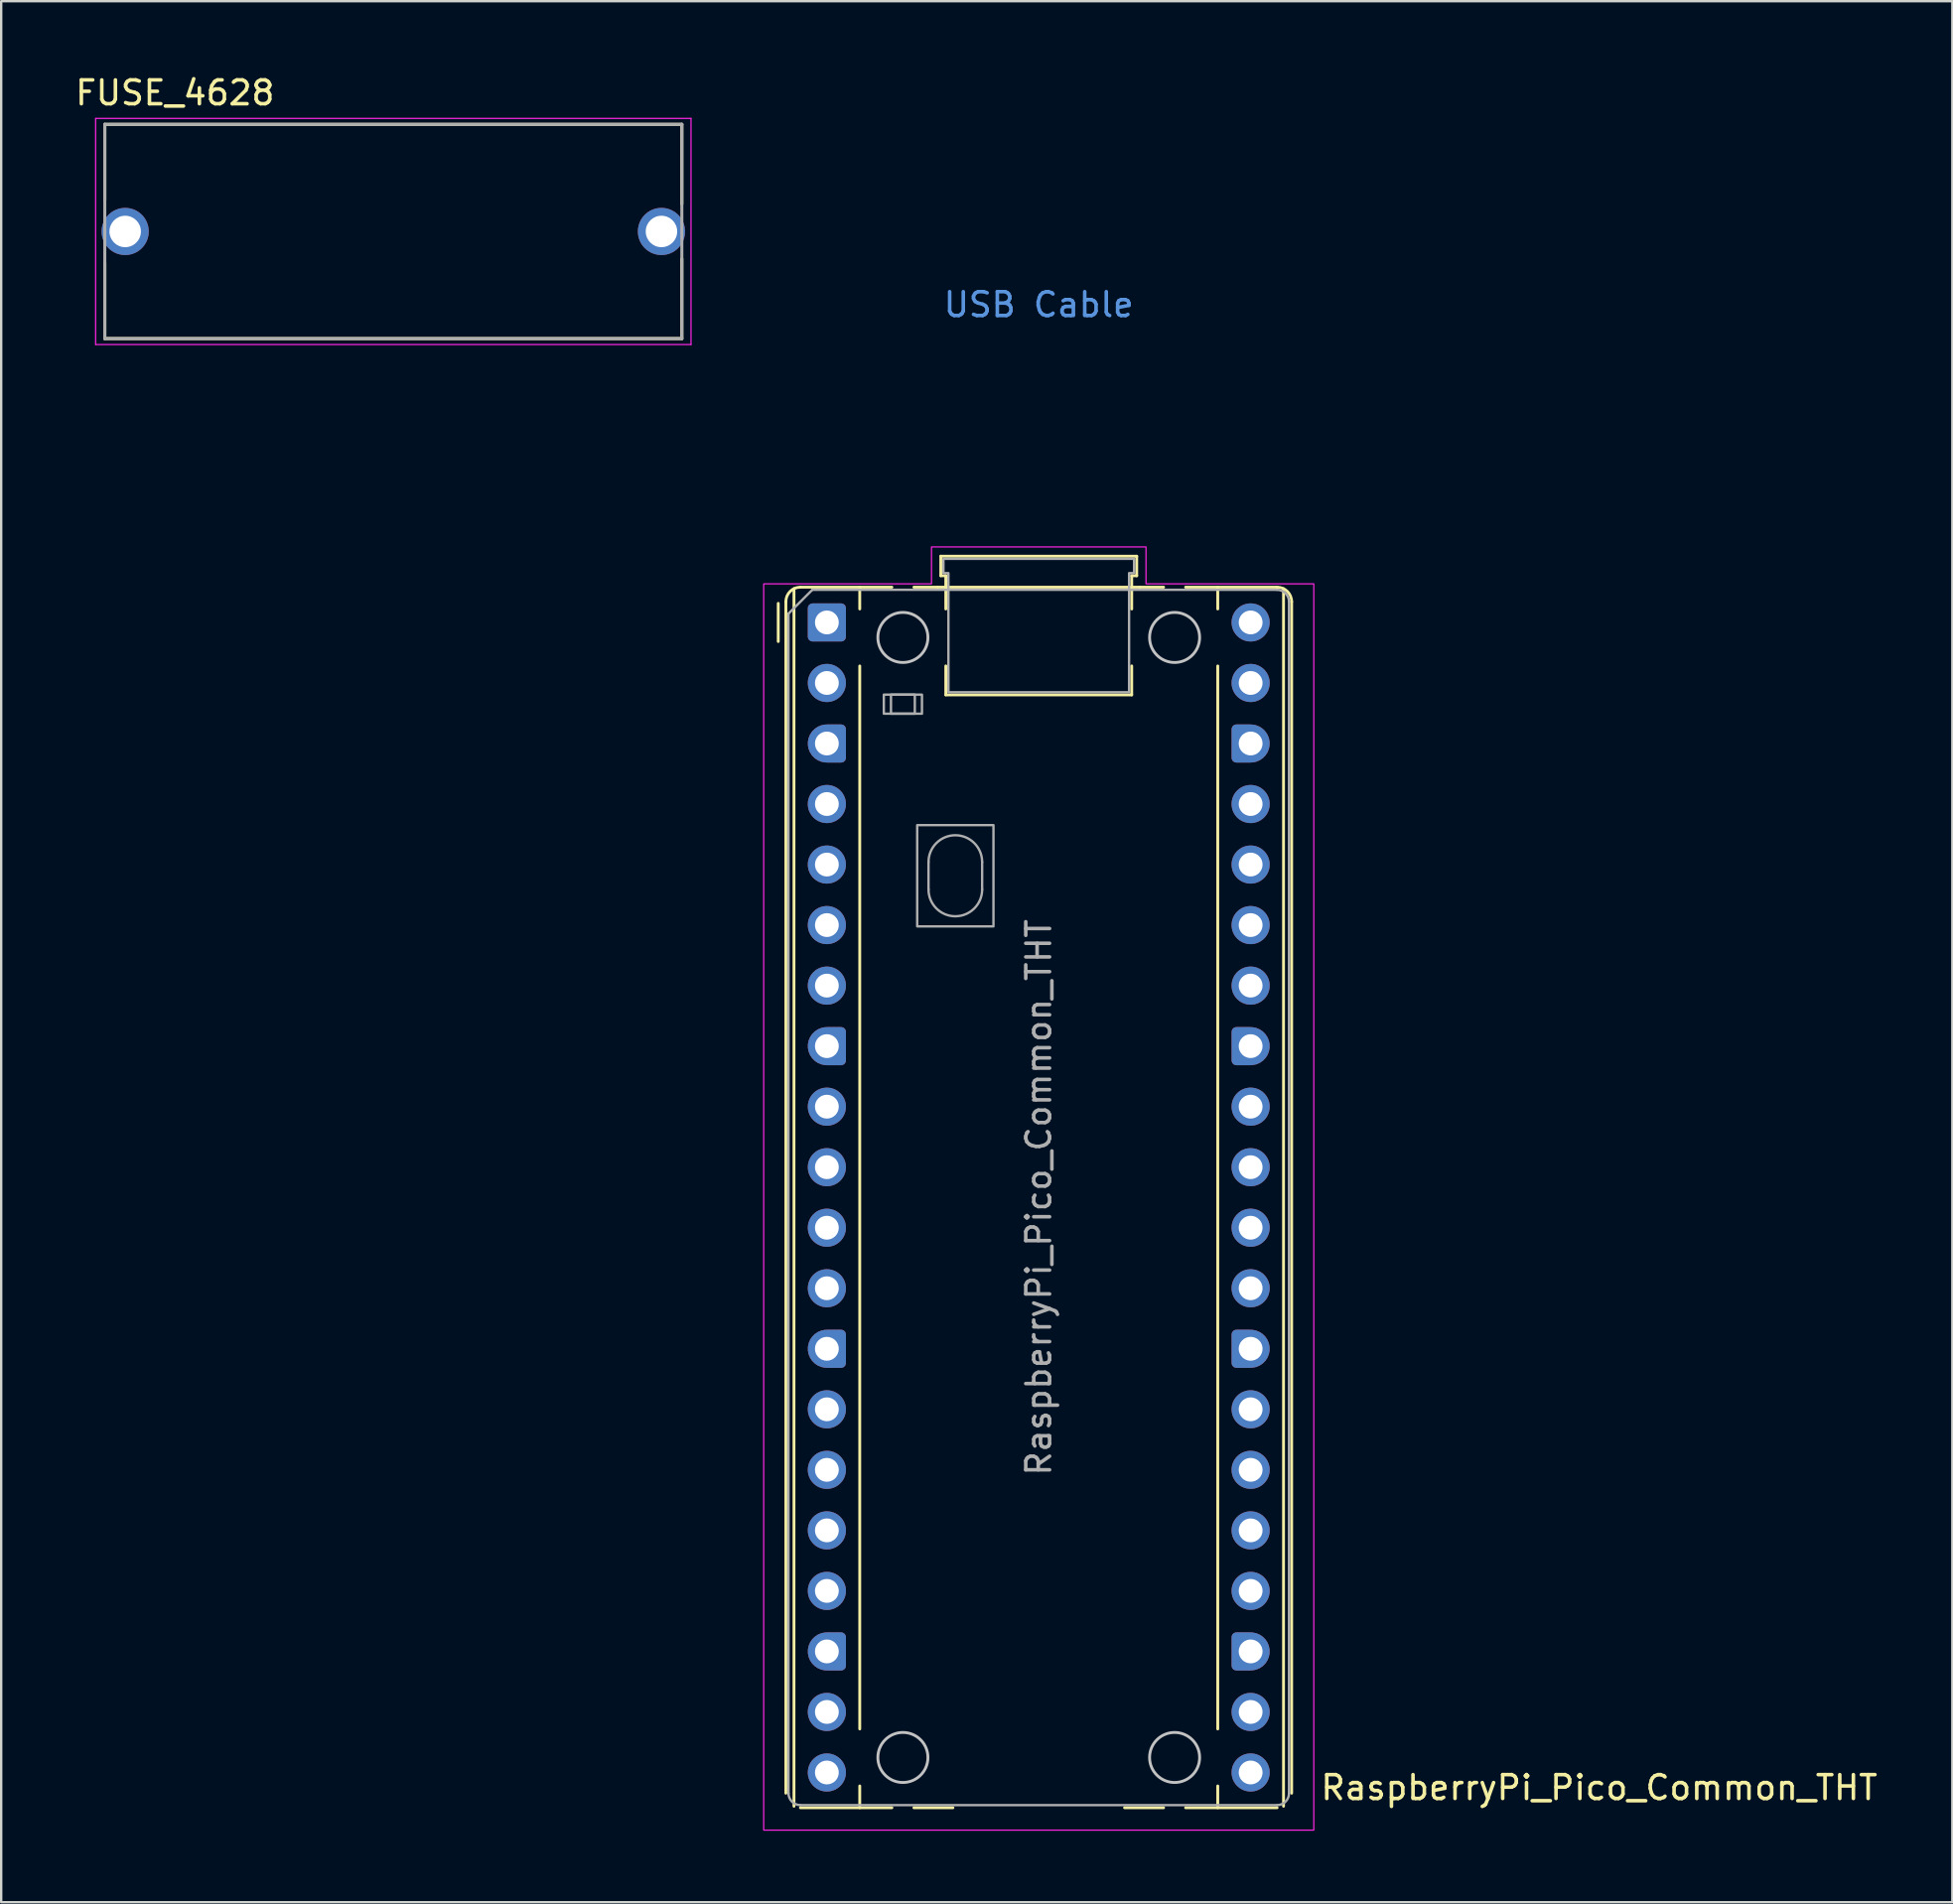
<source format=kicad_pcb>
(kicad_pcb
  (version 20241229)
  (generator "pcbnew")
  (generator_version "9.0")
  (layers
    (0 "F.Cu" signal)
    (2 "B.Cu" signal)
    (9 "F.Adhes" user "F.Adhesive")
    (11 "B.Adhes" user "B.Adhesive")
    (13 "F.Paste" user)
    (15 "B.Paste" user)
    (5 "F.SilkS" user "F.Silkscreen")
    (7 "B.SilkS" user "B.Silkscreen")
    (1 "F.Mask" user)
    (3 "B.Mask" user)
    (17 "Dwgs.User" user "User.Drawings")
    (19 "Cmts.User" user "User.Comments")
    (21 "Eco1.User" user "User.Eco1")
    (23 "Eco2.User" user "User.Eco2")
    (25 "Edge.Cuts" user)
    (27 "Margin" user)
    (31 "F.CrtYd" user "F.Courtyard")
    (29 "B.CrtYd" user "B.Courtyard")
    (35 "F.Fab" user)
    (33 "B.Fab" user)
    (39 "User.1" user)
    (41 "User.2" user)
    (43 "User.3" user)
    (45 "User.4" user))
  (footprint "RaspberryPi_Pico_Common_THT"
    (layer "F.Cu")
    (at 31.642 23.07)
    (property "Reference" "RaspberryPi_Pico_Common_THT" (at 20.637 48.895 0) (unlocked yes) (layer "F.SilkS") (effects (font (size 1 1) (thickness 0.15)) (justify left)))
    (attr through_hole)
    (fp_line (start -2.04 0.8) (end -2.04 -0.8) (stroke (width 0.12) (type solid)) (layer "F.SilkS"))
    (fp_line (start -1.72 -0.87) (end -1.72 49.13) (stroke (width 0.12) (type solid)) (layer "F.SilkS"))
    (fp_line (start -1.38 -1.417) (end -1.38 49.677) (stroke (width 0.12) (type solid)) (layer "F.SilkS"))
    (fp_line (start -1.11 -1.48) (end 1.38 -1.48) (stroke (width 0.12) (type solid)) (layer "F.SilkS"))
    (fp_line (start -1.11 49.74) (end 2.728 49.74) (stroke (width 0.12) (type solid)) (layer "F.SilkS"))
    (fp_line (start 1.38 -1.48) (end 1.38 -0.566) (stroke (width 0.12) (type solid)) (layer "F.SilkS"))
    (fp_line (start 1.38 -1.48) (end 2.728 -1.48) (stroke (width 0.12) (type solid)) (layer "F.SilkS"))
    (fp_line (start 1.38 1.826) (end 1.38 46.434) (stroke (width 0.12) (type solid)) (layer "F.SilkS"))
    (fp_line (start 1.38 48.826) (end 1.38 49.74) (stroke (width 0.12) (type solid)) (layer "F.SilkS"))
    (fp_line (start 3.652 -1.48) (end 4.655 -1.48) (stroke (width 0.12) (type solid)) (layer "F.SilkS"))
    (fp_line (start 4.655 -1.48) (end 13.125 -1.48) (stroke (width 0.12) (type solid)) (layer "F.SilkS"))
    (fp_line (start 4.78 -2.78) (end 4.78 -1.96) (stroke (width 0.12) (type solid)) (layer "F.SilkS"))
    (fp_line (start 4.78 -2.78) (end 13 -2.78) (stroke (width 0.12) (type solid)) (layer "F.SilkS"))
    (fp_line (start 4.78 -1.96) (end 4.99 -1.96) (stroke (width 0.12) (type solid)) (layer "F.SilkS"))
    (fp_line (start 4.99 -1.96) (end 4.99 -0.564) (stroke (width 0.12) (type solid)) (layer "F.SilkS"))
    (fp_line (start 4.99 1.824) (end 4.99 3.04) (stroke (width 0.12) (type solid)) (layer "F.SilkS"))
    (fp_line (start 5.29 49.74) (end 3.652 49.74) (stroke (width 0.12) (type solid)) (layer "F.SilkS"))
    (fp_line (start 12.79 -1.96) (end 12.79 -0.564) (stroke (width 0.12) (type solid)) (layer "F.SilkS"))
    (fp_line (start 12.79 1.824) (end 12.79 3.04) (stroke (width 0.12) (type solid)) (layer "F.SilkS"))
    (fp_line (start 12.79 3.04) (end 4.99 3.04) (stroke (width 0.12) (type solid)) (layer "F.SilkS"))
    (fp_line (start 13 -2.78) (end 13 -1.96) (stroke (width 0.12) (type solid)) (layer "F.SilkS"))
    (fp_line (start 13 -1.96) (end 12.79 -1.96) (stroke (width 0.12) (type solid)) (layer "F.SilkS"))
    (fp_line (start 13.125 -1.48) (end 14.128 -1.48) (stroke (width 0.12) (type solid)) (layer "F.SilkS"))
    (fp_line (start 14.128 49.74) (end 12.49 49.74) (stroke (width 0.12) (type solid)) (layer "F.SilkS"))
    (fp_line (start 15.052 -1.48) (end 16.4 -1.48) (stroke (width 0.12) (type solid)) (layer "F.SilkS"))
    (fp_line (start 15.052 49.74) (end 18.89 49.74) (stroke (width 0.12) (type solid)) (layer "F.SilkS"))
    (fp_line (start 16.4 -1.48) (end 16.4 -0.566) (stroke (width 0.12) (type solid)) (layer "F.SilkS"))
    (fp_line (start 16.4 1.826) (end 16.4 46.434) (stroke (width 0.12) (type solid)) (layer "F.SilkS"))
    (fp_line (start 16.4 48.826) (end 16.4 49.74) (stroke (width 0.12) (type solid)) (layer "F.SilkS"))
    (fp_line (start 18.89 -1.48) (end 16.4 -1.48) (stroke (width 0.12) (type solid)) (layer "F.SilkS"))
    (fp_line (start 19.16 49.677) (end 19.16 -1.417) (stroke (width 0.12) (type solid)) (layer "F.SilkS"))
    (fp_line (start 19.5 -0.87) (end 19.5 49.13) (stroke (width 0.12) (type solid)) (layer "F.SilkS"))
    (fp_arc (start -1.72 -0.87) (mid -1.541335 -1.301335) (end -1.11 -1.48) (stroke (width 0.12) (type solid)) (layer "F.SilkS"))
    (fp_arc (start 18.89 -1.48) (mid 19.321335 -1.301335) (end 19.5 -0.87) (stroke (width 0.12) (type solid)) (layer "F.SilkS"))
    (fp_circle (center 3.19 0.63) (end 4.24 0.63) (stroke (width 0.12) (type solid)) (fill no) (layer "Dwgs.User"))
    (fp_circle (center 3.19 47.63) (end 4.24 47.63) (stroke (width 0.12) (type solid)) (fill no) (layer "Dwgs.User"))
    (fp_circle (center 14.59 0.63) (end 15.64 0.63) (stroke (width 0.12) (type solid)) (fill no) (layer "Dwgs.User"))
    (fp_circle (center 14.59 47.63) (end 15.64 47.63) (stroke (width 0.12) (type solid)) (fill no) (layer "Dwgs.User"))
    (fp_poly (pts (xy 4.39 -3.17) (xy 13.39 -3.17) (xy 13.39 -1.62) (xy 20.43 -1.62) (xy 20.43 50.68) (xy -2.65 50.68) (xy -2.65 -1.62) (xy 4.39 -1.62)) (stroke (width 0.05) (type solid)) (fill no) (layer "F.CrtYd"))
    (fp_line (start -1.61 -0.37) (end -0.61 -1.37) (stroke (width 0.1) (type solid)) (layer "F.Fab"))
    (fp_line (start -1.61 49.13) (end -1.61 -0.37) (stroke (width 0.1) (type solid)) (layer "F.Fab"))
    (fp_line (start -0.61 -1.37) (end 18.89 -1.37) (stroke (width 0.1) (type solid)) (layer "F.Fab"))
    (fp_line (start 4.265 10.055) (end 4.265 11.205) (stroke (width 0.1) (type solid)) (layer "F.Fab"))
    (fp_line (start 6.515 10.055) (end 6.515 11.205) (stroke (width 0.1) (type solid)) (layer "F.Fab"))
    (fp_line (start 18.89 49.63) (end -1.11 49.63) (stroke (width 0.1) (type solid)) (layer "F.Fab"))
    (fp_line (start 19.39 -0.87) (end 19.39 49.13) (stroke (width 0.1) (type solid)) (layer "F.Fab"))
    (fp_rect (start 2.39 3.03) (end 3.99 3.83) (stroke (width 0.1) (type solid)) (fill no) (layer "F.Fab"))
    (fp_rect (start 2.69 3.03) (end 3.69 3.83) (stroke (width 0.1) (type solid)) (fill no) (layer "F.Fab"))
    (fp_rect (start 3.79 8.505) (end 6.99 12.755) (stroke (width 0.1) (type solid)) (fill no) (layer "F.Fab"))
    (fp_arc (start -1.11 49.63) (mid -1.463553 49.483553) (end -1.61 49.13) (stroke (width 0.1) (type solid)) (layer "F.Fab"))
    (fp_arc (start 4.265 10.055) (mid 5.39 8.93) (end 6.515 10.055) (stroke (width 0.1) (type solid)) (layer "F.Fab"))
    (fp_arc (start 6.515 11.205) (mid 5.39 12.33) (end 4.265 11.205) (stroke (width 0.1) (type solid)) (layer "F.Fab"))
    (fp_arc (start 18.89 -1.37) (mid 19.243553 -1.223553) (end 19.39 -0.87) (stroke (width 0.1) (type solid)) (layer "F.Fab"))
    (fp_arc (start 19.39 49.13) (mid 19.243553 49.483553) (end 18.89 49.63) (stroke (width 0.1) (type solid)) (layer "F.Fab"))
    (fp_poly (pts (xy 12.68 2.93) (xy 12.68 -2.07) (xy 12.89 -2.07) (xy 12.89 -2.67) (xy 4.89 -2.67) (xy 4.89 -2.07) (xy 5.1 -2.07) (xy 5.1 2.93)) (stroke (width 0.1) (type solid)) (fill no) (layer "F.Fab"))
    (fp_text user "USB Cable" (at 8.89 -13.335 0) (unlocked yes) (layer "Cmts.User") (effects (font (size 1 1) (thickness 0.15))))
    (fp_text user "${REFERENCE}" (at 8.89 24.13 90) (layer "F.Fab") (effects (font (size 1 1) (thickness 0.15))))
    (pad "1" thru_hole roundrect (at 0 0) (size 1.6 1.6) (drill 1) (layers "*.Cu" "*.Mask") (roundrect_rratio 0.125))
    (pad "2" thru_hole circle (at 0 2.54) (size 1.6 1.6) (drill 1) (layers "*.Cu" "*.Mask"))
    (pad "3" thru_hole custom (at 0 5.08) (size 1.6 1.6) (drill 1) (layers "*.Cu" "*.Mask") (options (anchor circle)) (primitives (gr_poly (pts (xy 0.8 0.6) (xy 0.8 -0.6) (xy 0.6 -0.8) (xy 0 -0.8) (xy 0 0.8) (xy 0.6 0.8)) (width 0) (fill yes)) (gr_circle (center 0.6 0.6) (end 0.8 0.6) (width 0) (fill yes)) (gr_circle (center 0.6 -0.6) (end 0.8 -0.6) (width 0) (fill yes))))
    (pad "4" thru_hole circle (at 0 7.62) (size 1.6 1.6) (drill 1) (layers "*.Cu" "*.Mask"))
    (pad "5" thru_hole circle (at 0 10.16) (size 1.6 1.6) (drill 1) (layers "*.Cu" "*.Mask"))
    (pad "6" thru_hole circle (at 0 12.7) (size 1.6 1.6) (drill 1) (layers "*.Cu" "*.Mask"))
    (pad "7" thru_hole circle (at 0 15.24) (size 1.6 1.6) (drill 1) (layers "*.Cu" "*.Mask"))
    (pad "8" thru_hole custom (at 0 17.78) (size 1.6 1.6) (drill 1) (layers "*.Cu" "*.Mask") (options (anchor circle)) (primitives (gr_poly (pts (xy 0.8 0.6) (xy 0.8 -0.6) (xy 0.6 -0.8) (xy 0 -0.8) (xy 0 0.8) (xy 0.6 0.8)) (width 0) (fill yes)) (gr_circle (center 0.6 0.6) (end 0.8 0.6) (width 0) (fill yes)) (gr_circle (center 0.6 -0.6) (end 0.8 -0.6) (width 0) (fill yes))))
    (pad "9" thru_hole circle (at 0 20.32) (size 1.6 1.6) (drill 1) (layers "*.Cu" "*.Mask"))
    (pad "10" thru_hole circle (at 0 22.86) (size 1.6 1.6) (drill 1) (layers "*.Cu" "*.Mask"))
    (pad "11" thru_hole circle (at 0 25.4) (size 1.6 1.6) (drill 1) (layers "*.Cu" "*.Mask"))
    (pad "12" thru_hole circle (at 0 27.94) (size 1.6 1.6) (drill 1) (layers "*.Cu" "*.Mask"))
    (pad "13" thru_hole custom (at 0 30.48) (size 1.6 1.6) (drill 1) (layers "*.Cu" "*.Mask") (options (anchor circle)) (primitives (gr_poly (pts (xy 0.8 0.6) (xy 0.8 -0.6) (xy 0.6 -0.8) (xy 0 -0.8) (xy 0 0.8) (xy 0.6 0.8)) (width 0) (fill yes)) (gr_circle (center 0.6 0.6) (end 0.8 0.6) (width 0) (fill yes)) (gr_circle (center 0.6 -0.6) (end 0.8 -0.6) (width 0) (fill yes))))
    (pad "14" thru_hole circle (at 0 33.02) (size 1.6 1.6) (drill 1) (layers "*.Cu" "*.Mask"))
    (pad "15" thru_hole circle (at 0 35.56) (size 1.6 1.6) (drill 1) (layers "*.Cu" "*.Mask"))
    (pad "16" thru_hole circle (at 0 38.1) (size 1.6 1.6) (drill 1) (layers "*.Cu" "*.Mask"))
    (pad "17" thru_hole circle (at 0 40.64) (size 1.6 1.6) (drill 1) (layers "*.Cu" "*.Mask"))
    (pad "18" thru_hole custom (at 0 43.18) (size 1.6 1.6) (drill 1) (layers "*.Cu" "*.Mask") (options (anchor circle)) (primitives (gr_poly (pts (xy 0.8 0.6) (xy 0.8 -0.6) (xy 0.6 -0.8) (xy 0 -0.8) (xy 0 0.8) (xy 0.6 0.8)) (width 0) (fill yes)) (gr_circle (center 0.6 0.6) (end 0.8 0.6) (width 0) (fill yes)) (gr_circle (center 0.6 -0.6) (end 0.8 -0.6) (width 0) (fill yes))))
    (pad "19" thru_hole circle (at 0 45.72) (size 1.6 1.6) (drill 1) (layers "*.Cu" "*.Mask"))
    (pad "20" thru_hole circle (at 0 48.26) (size 1.6 1.6) (drill 1) (layers "*.Cu" "*.Mask"))
    (pad "21" thru_hole circle (at 17.78 48.26) (size 1.6 1.6) (drill 1) (layers "*.Cu" "*.Mask"))
    (pad "22" thru_hole circle (at 17.78 45.72) (size 1.6 1.6) (drill 1) (layers "*.Cu" "*.Mask"))
    (pad "23" thru_hole custom (at 17.78 43.18) (size 1.6 1.6) (drill 1) (layers "*.Cu" "*.Mask") (options (anchor circle)) (primitives (gr_poly (pts (xy -0.8 0.6) (xy -0.8 -0.6) (xy -0.6 -0.8) (xy 0 -0.8) (xy 0 0.8) (xy -0.6 0.8)) (width 0) (fill yes)) (gr_circle (center -0.6 0.6) (end -0.4 0.6) (width 0) (fill yes)) (gr_circle (center -0.6 -0.6) (end -0.4 -0.6) (width 0) (fill yes))))
    (pad "24" thru_hole circle (at 17.78 40.64) (size 1.6 1.6) (drill 1) (layers "*.Cu" "*.Mask"))
    (pad "25" thru_hole circle (at 17.78 38.1) (size 1.6 1.6) (drill 1) (layers "*.Cu" "*.Mask"))
    (pad "26" thru_hole circle (at 17.78 35.56) (size 1.6 1.6) (drill 1) (layers "*.Cu" "*.Mask"))
    (pad "27" thru_hole circle (at 17.78 33.02) (size 1.6 1.6) (drill 1) (layers "*.Cu" "*.Mask"))
    (pad "28" thru_hole custom (at 17.78 30.48) (size 1.6 1.6) (drill 1) (layers "*.Cu" "*.Mask") (options (anchor circle)) (primitives (gr_poly (pts (xy -0.8 0.6) (xy -0.8 -0.6) (xy -0.6 -0.8) (xy 0 -0.8) (xy 0 0.8) (xy -0.6 0.8)) (width 0) (fill yes)) (gr_circle (center -0.6 0.6) (end -0.4 0.6) (width 0) (fill yes)) (gr_circle (center -0.6 -0.6) (end -0.4 -0.6) (width 0) (fill yes))))
    (pad "29" thru_hole circle (at 17.78 27.94) (size 1.6 1.6) (drill 1) (layers "*.Cu" "*.Mask"))
    (pad "30" thru_hole circle (at 17.78 25.4) (size 1.6 1.6) (drill 1) (layers "*.Cu" "*.Mask"))
    (pad "31" thru_hole circle (at 17.78 22.86) (size 1.6 1.6) (drill 1) (layers "*.Cu" "*.Mask"))
    (pad "32" thru_hole circle (at 17.78 20.32) (size 1.6 1.6) (drill 1) (layers "*.Cu" "*.Mask"))
    (pad "33" thru_hole custom (at 17.78 17.78) (size 1.6 1.6) (drill 1) (layers "*.Cu" "*.Mask") (options (anchor circle)) (primitives (gr_poly (pts (xy -0.8 0.6) (xy -0.8 -0.6) (xy -0.6 -0.8) (xy 0 -0.8) (xy 0 0.8) (xy -0.6 0.8)) (width 0) (fill yes)) (gr_circle (center -0.6 0.6) (end -0.4 0.6) (width 0) (fill yes)) (gr_circle (center -0.6 -0.6) (end -0.4 -0.6) (width 0) (fill yes))))
    (pad "34" thru_hole circle (at 17.78 15.24) (size 1.6 1.6) (drill 1) (layers "*.Cu" "*.Mask"))
    (pad "35" thru_hole circle (at 17.78 12.7) (size 1.6 1.6) (drill 1) (layers "*.Cu" "*.Mask"))
    (pad "36" thru_hole circle (at 17.78 10.16) (size 1.6 1.6) (drill 1) (layers "*.Cu" "*.Mask"))
    (pad "37" thru_hole circle (at 17.78 7.62) (size 1.6 1.6) (drill 1) (layers "*.Cu" "*.Mask"))
    (pad "38" thru_hole custom (at 17.78 5.08) (size 1.6 1.6) (drill 1) (layers "*.Cu" "*.Mask") (options (anchor circle)) (primitives (gr_poly (pts (xy -0.8 0.6) (xy -0.8 -0.6) (xy -0.6 -0.8) (xy 0 -0.8) (xy 0 0.8) (xy -0.6 0.8)) (width 0) (fill yes)) (gr_circle (center -0.6 0.6) (end -0.4 0.6) (width 0) (fill yes)) (gr_circle (center -0.6 -0.6) (end -0.4 -0.6) (width 0) (fill yes))))
    (pad "39" thru_hole circle (at 17.78 2.54) (size 1.6 1.6) (drill 1) (layers "*.Cu" "*.Mask"))
    (pad "40" thru_hole circle (at 17.78 0) (size 1.6 1.6) (drill 1) (layers "*.Cu" "*.Mask"))
    (zone (net_name "") (layer "F.CrtYd") (name "USB Cable") (hatch edge 0.5) (connect_pads) (min_thickness 0.254) (filled_areas_thickness no) (keepout (tracks allowed) (vias allowed) (pads allowed) (copperpour allowed) (footprints allowed)) (placement (enabled no)) (fill) (polygon (pts (xy 34.782 19.5) (xy 36.592 19.5) (xy 36.592 19.9) (xy 44.472 19.9) (xy 44.472 19.5) (xy 46.282 19.5) (xy 46.282 0) (xy 34.782 0)))))
  (footprint "FUSE_4628"
    (layer "F.Cu")
    (at 13.452 6.663)
    (property "Reference" "FUSE_4628" (at -9.16 -5.815 0) (layer "F.SilkS") (effects (font (size 1 1) (thickness 0.15))))
    (attr through_hole)
    (fp_line (start -12.105 -4.495) (end -12.105 -1.32) (stroke (width 0.127) (type solid)) (layer "F.SilkS"))
    (fp_line (start -12.105 -4.495) (end 12.105 -4.495) (stroke (width 0.127) (type solid)) (layer "F.SilkS"))
    (fp_line (start -12.105 1.32) (end -12.105 4.495) (stroke (width 0.127) (type solid)) (layer "F.SilkS"))
    (fp_line (start -12.105 4.495) (end 12.105 4.495) (stroke (width 0.127) (type solid)) (layer "F.SilkS"))
    (fp_line (start 12.105 -4.495) (end 12.105 -1.15) (stroke (width 0.127) (type solid)) (layer "F.SilkS"))
    (fp_line (start 12.105 1.15) (end 12.105 4.495) (stroke (width 0.127) (type solid)) (layer "F.SilkS"))
    (fp_line (start -12.49 -4.745) (end 12.49 -4.745) (stroke (width 0.05) (type solid)) (layer "F.CrtYd"))
    (fp_line (start -12.49 4.745) (end -12.49 -4.745) (stroke (width 0.05) (type solid)) (layer "F.CrtYd"))
    (fp_line (start 12.49 -4.745) (end 12.49 4.745) (stroke (width 0.05) (type solid)) (layer "F.CrtYd"))
    (fp_line (start 12.49 4.745) (end -12.49 4.745) (stroke (width 0.05) (type solid)) (layer "F.CrtYd"))
    (fp_line (start -12.105 -4.495) (end 12.105 -4.495) (stroke (width 0.127) (type solid)) (layer "F.Fab"))
    (fp_line (start -12.105 4.495) (end -12.105 -4.495) (stroke (width 0.127) (type solid)) (layer "F.Fab"))
    (fp_line (start 12.105 -4.495) (end 12.105 4.495) (stroke (width 0.127) (type solid)) (layer "F.Fab"))
    (fp_line (start 12.105 4.495) (end -12.105 4.495) (stroke (width 0.127) (type solid)) (layer "F.Fab"))
    (pad "1" thru_hole circle (at -11.25 0) (size 1.98 1.98) (drill 1.32) (layers "*.Cu" "*.Mask"))
    (pad "2" thru_hole circle (at 11.25 0) (size 1.98 1.98) (drill 1.32) (layers "*.Cu" "*.Mask")))
  (gr_rect
    (start -3 -3)
    (end 78.863 76.775)
    (stroke (width 0.1) (type default))
    (fill no)
    (layer "Edge.Cuts")))
</source>
